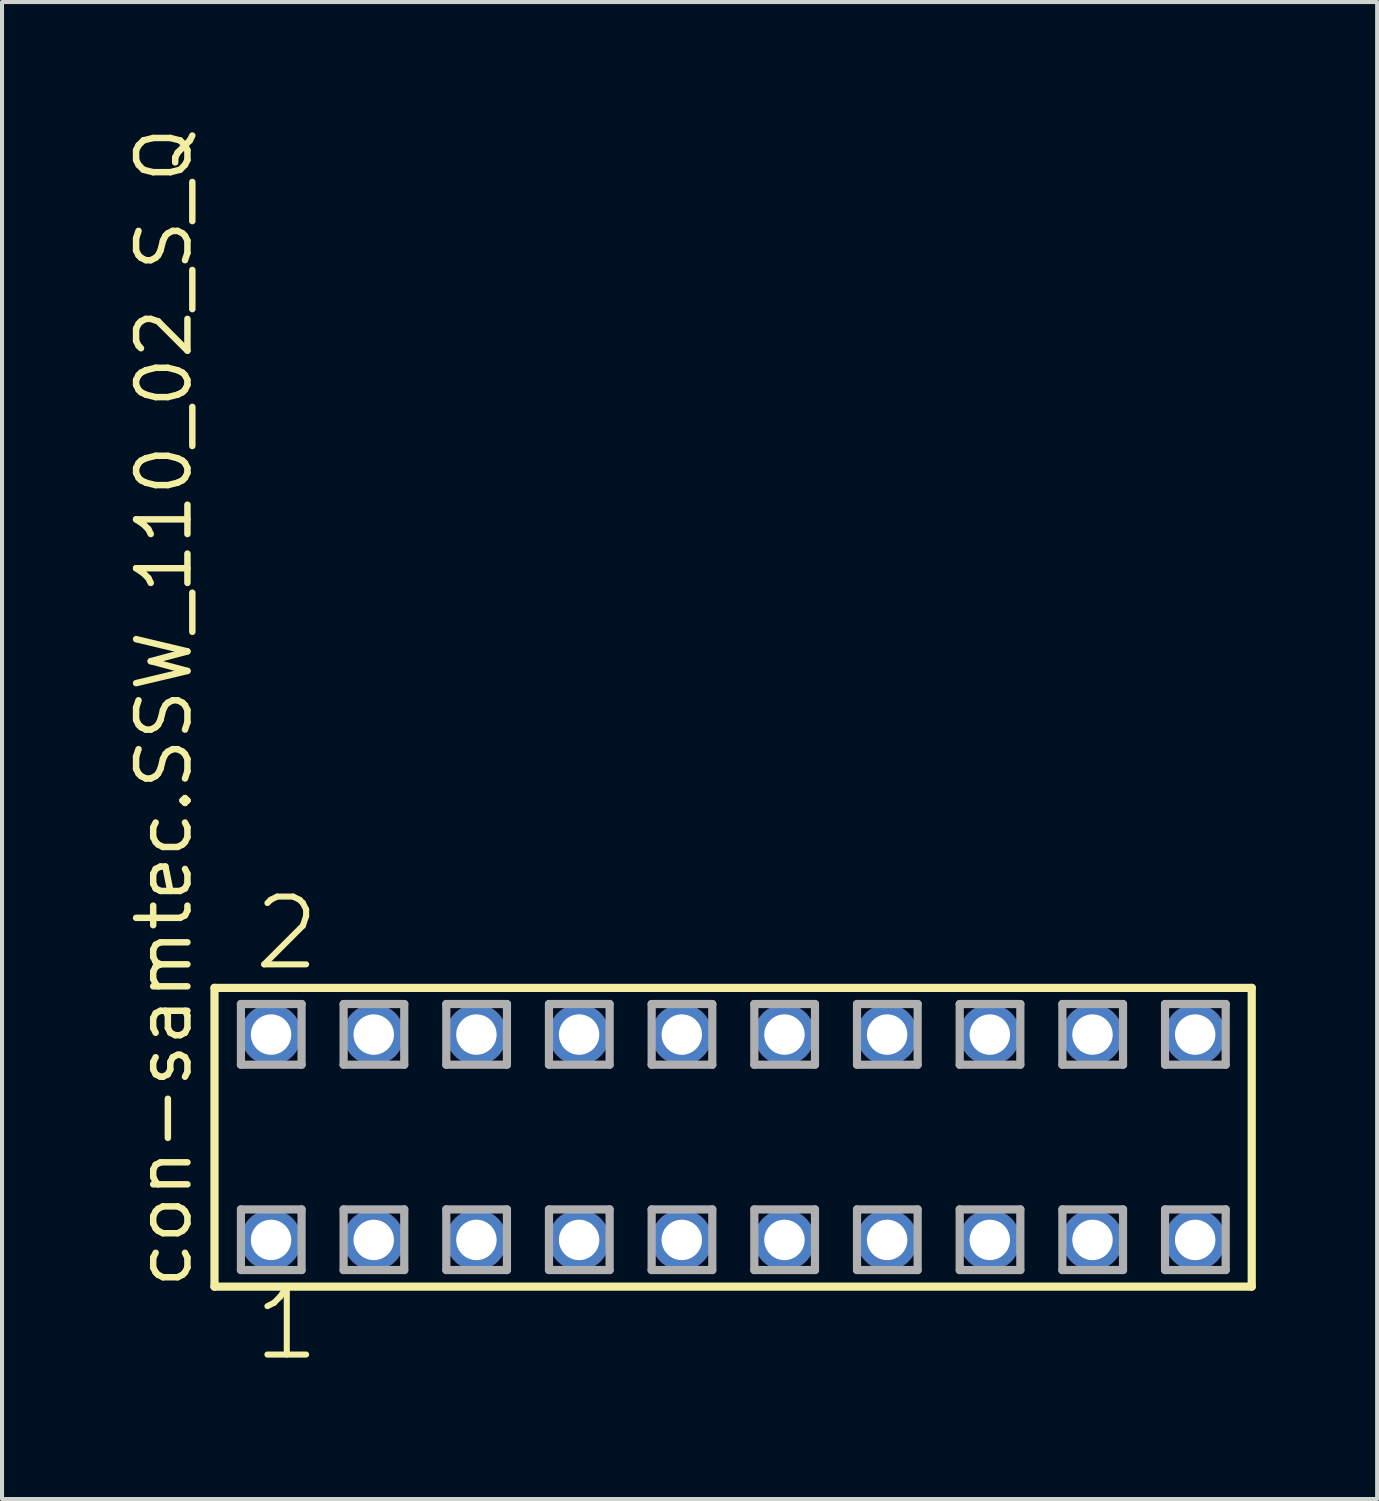
<source format=kicad_pcb>
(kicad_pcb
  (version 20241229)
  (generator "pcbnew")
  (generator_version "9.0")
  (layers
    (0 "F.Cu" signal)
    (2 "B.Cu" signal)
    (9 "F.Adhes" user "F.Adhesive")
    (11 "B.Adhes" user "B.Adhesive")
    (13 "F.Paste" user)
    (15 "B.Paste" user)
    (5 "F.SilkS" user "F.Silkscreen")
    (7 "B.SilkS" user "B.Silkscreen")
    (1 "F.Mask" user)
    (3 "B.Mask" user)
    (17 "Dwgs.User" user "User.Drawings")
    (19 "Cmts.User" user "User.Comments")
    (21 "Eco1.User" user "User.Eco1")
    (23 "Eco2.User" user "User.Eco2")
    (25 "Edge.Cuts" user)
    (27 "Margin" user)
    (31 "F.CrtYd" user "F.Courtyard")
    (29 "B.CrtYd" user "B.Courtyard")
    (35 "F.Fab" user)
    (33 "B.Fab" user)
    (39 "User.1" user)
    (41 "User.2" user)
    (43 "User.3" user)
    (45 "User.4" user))
  (footprint "con-samtec.SSW_110_02_S_Q"
    (layer "F.Cu")
    (at 15.085 25.082)
    (property "Reference" "con-samtec.SSW_110_02_S_Q" (at -13.335 3.81 90) (layer "F.SilkS") (effects (font (size 1.27 1.27) (thickness 0.16)) (justify left bottom)))
    (attr through_hole)
    (fp_line (start -12.829 -3.695) (end 12.829 -3.695) (stroke (width 0.203) (type default)) (layer "F.SilkS"))
    (fp_line (start -12.829 3.695) (end -12.829 -3.695) (stroke (width 0.203) (type default)) (layer "F.SilkS"))
    (fp_line (start 12.829 -3.695) (end 12.829 3.695) (stroke (width 0.203) (type default)) (layer "F.SilkS"))
    (fp_line (start 12.829 3.695) (end -12.829 3.695) (stroke (width 0.203) (type default)) (layer "F.SilkS"))
    (fp_line (start -12.175 -3.295) (end -10.675 -3.295) (stroke (width 0.203) (type default)) (layer "F.Fab"))
    (fp_line (start -12.175 -1.795) (end -12.175 -3.295) (stroke (width 0.203) (type default)) (layer "F.Fab"))
    (fp_line (start -12.175 1.785) (end -10.675 1.785) (stroke (width 0.203) (type default)) (layer "F.Fab"))
    (fp_line (start -12.175 3.285) (end -12.175 1.785) (stroke (width 0.203) (type default)) (layer "F.Fab"))
    (fp_line (start -10.675 -3.295) (end -10.675 -1.795) (stroke (width 0.203) (type default)) (layer "F.Fab"))
    (fp_line (start -10.675 -1.795) (end -12.175 -1.795) (stroke (width 0.203) (type default)) (layer "F.Fab"))
    (fp_line (start -10.675 1.785) (end -10.675 3.285) (stroke (width 0.203) (type default)) (layer "F.Fab"))
    (fp_line (start -10.675 3.285) (end -12.175 3.285) (stroke (width 0.203) (type default)) (layer "F.Fab"))
    (fp_line (start -9.635 -3.295) (end -8.135 -3.295) (stroke (width 0.203) (type default)) (layer "F.Fab"))
    (fp_line (start -9.635 -1.795) (end -9.635 -3.295) (stroke (width 0.203) (type default)) (layer "F.Fab"))
    (fp_line (start -9.635 1.785) (end -8.135 1.785) (stroke (width 0.203) (type default)) (layer "F.Fab"))
    (fp_line (start -9.635 3.285) (end -9.635 1.785) (stroke (width 0.203) (type default)) (layer "F.Fab"))
    (fp_line (start -8.135 -3.295) (end -8.135 -1.795) (stroke (width 0.203) (type default)) (layer "F.Fab"))
    (fp_line (start -8.135 -1.795) (end -9.635 -1.795) (stroke (width 0.203) (type default)) (layer "F.Fab"))
    (fp_line (start -8.135 1.785) (end -8.135 3.285) (stroke (width 0.203) (type default)) (layer "F.Fab"))
    (fp_line (start -8.135 3.285) (end -9.635 3.285) (stroke (width 0.203) (type default)) (layer "F.Fab"))
    (fp_line (start -7.095 -3.295) (end -5.595 -3.295) (stroke (width 0.203) (type default)) (layer "F.Fab"))
    (fp_line (start -7.095 -1.795) (end -7.095 -3.295) (stroke (width 0.203) (type default)) (layer "F.Fab"))
    (fp_line (start -7.095 1.785) (end -5.595 1.785) (stroke (width 0.203) (type default)) (layer "F.Fab"))
    (fp_line (start -7.095 3.285) (end -7.095 1.785) (stroke (width 0.203) (type default)) (layer "F.Fab"))
    (fp_line (start -5.595 -3.295) (end -5.595 -1.795) (stroke (width 0.203) (type default)) (layer "F.Fab"))
    (fp_line (start -5.595 -1.795) (end -7.095 -1.795) (stroke (width 0.203) (type default)) (layer "F.Fab"))
    (fp_line (start -5.595 1.785) (end -5.595 3.285) (stroke (width 0.203) (type default)) (layer "F.Fab"))
    (fp_line (start -5.595 3.285) (end -7.095 3.285) (stroke (width 0.203) (type default)) (layer "F.Fab"))
    (fp_line (start -4.555 -3.295) (end -3.055 -3.295) (stroke (width 0.203) (type default)) (layer "F.Fab"))
    (fp_line (start -4.555 -1.795) (end -4.555 -3.295) (stroke (width 0.203) (type default)) (layer "F.Fab"))
    (fp_line (start -4.555 1.785) (end -3.055 1.785) (stroke (width 0.203) (type default)) (layer "F.Fab"))
    (fp_line (start -4.555 3.285) (end -4.555 1.785) (stroke (width 0.203) (type default)) (layer "F.Fab"))
    (fp_line (start -3.055 -3.295) (end -3.055 -1.795) (stroke (width 0.203) (type default)) (layer "F.Fab"))
    (fp_line (start -3.055 -1.795) (end -4.555 -1.795) (stroke (width 0.203) (type default)) (layer "F.Fab"))
    (fp_line (start -3.055 1.785) (end -3.055 3.285) (stroke (width 0.203) (type default)) (layer "F.Fab"))
    (fp_line (start -3.055 3.285) (end -4.555 3.285) (stroke (width 0.203) (type default)) (layer "F.Fab"))
    (fp_line (start -2.015 -3.295) (end -0.515 -3.295) (stroke (width 0.203) (type default)) (layer "F.Fab"))
    (fp_line (start -2.015 -1.795) (end -2.015 -3.295) (stroke (width 0.203) (type default)) (layer "F.Fab"))
    (fp_line (start -2.015 1.785) (end -0.515 1.785) (stroke (width 0.203) (type default)) (layer "F.Fab"))
    (fp_line (start -2.015 3.285) (end -2.015 1.785) (stroke (width 0.203) (type default)) (layer "F.Fab"))
    (fp_line (start -0.515 -3.295) (end -0.515 -1.795) (stroke (width 0.203) (type default)) (layer "F.Fab"))
    (fp_line (start -0.515 -1.795) (end -2.015 -1.795) (stroke (width 0.203) (type default)) (layer "F.Fab"))
    (fp_line (start -0.515 1.785) (end -0.515 3.285) (stroke (width 0.203) (type default)) (layer "F.Fab"))
    (fp_line (start -0.515 3.285) (end -2.015 3.285) (stroke (width 0.203) (type default)) (layer "F.Fab"))
    (fp_line (start 0.525 -3.295) (end 2.025 -3.295) (stroke (width 0.203) (type default)) (layer "F.Fab"))
    (fp_line (start 0.525 -1.795) (end 0.525 -3.295) (stroke (width 0.203) (type default)) (layer "F.Fab"))
    (fp_line (start 0.525 1.785) (end 2.025 1.785) (stroke (width 0.203) (type default)) (layer "F.Fab"))
    (fp_line (start 0.525 3.285) (end 0.525 1.785) (stroke (width 0.203) (type default)) (layer "F.Fab"))
    (fp_line (start 2.025 -3.295) (end 2.025 -1.795) (stroke (width 0.203) (type default)) (layer "F.Fab"))
    (fp_line (start 2.025 -1.795) (end 0.525 -1.795) (stroke (width 0.203) (type default)) (layer "F.Fab"))
    (fp_line (start 2.025 1.785) (end 2.025 3.285) (stroke (width 0.203) (type default)) (layer "F.Fab"))
    (fp_line (start 2.025 3.285) (end 0.525 3.285) (stroke (width 0.203) (type default)) (layer "F.Fab"))
    (fp_line (start 3.065 -3.295) (end 4.565 -3.295) (stroke (width 0.203) (type default)) (layer "F.Fab"))
    (fp_line (start 3.065 -1.795) (end 3.065 -3.295) (stroke (width 0.203) (type default)) (layer "F.Fab"))
    (fp_line (start 3.065 1.785) (end 4.565 1.785) (stroke (width 0.203) (type default)) (layer "F.Fab"))
    (fp_line (start 3.065 3.285) (end 3.065 1.785) (stroke (width 0.203) (type default)) (layer "F.Fab"))
    (fp_line (start 4.565 -3.295) (end 4.565 -1.795) (stroke (width 0.203) (type default)) (layer "F.Fab"))
    (fp_line (start 4.565 -1.795) (end 3.065 -1.795) (stroke (width 0.203) (type default)) (layer "F.Fab"))
    (fp_line (start 4.565 1.785) (end 4.565 3.285) (stroke (width 0.203) (type default)) (layer "F.Fab"))
    (fp_line (start 4.565 3.285) (end 3.065 3.285) (stroke (width 0.203) (type default)) (layer "F.Fab"))
    (fp_line (start 5.605 -3.295) (end 7.105 -3.295) (stroke (width 0.203) (type default)) (layer "F.Fab"))
    (fp_line (start 5.605 -1.795) (end 5.605 -3.295) (stroke (width 0.203) (type default)) (layer "F.Fab"))
    (fp_line (start 5.605 1.785) (end 7.105 1.785) (stroke (width 0.203) (type default)) (layer "F.Fab"))
    (fp_line (start 5.605 3.285) (end 5.605 1.785) (stroke (width 0.203) (type default)) (layer "F.Fab"))
    (fp_line (start 7.105 -3.295) (end 7.105 -1.795) (stroke (width 0.203) (type default)) (layer "F.Fab"))
    (fp_line (start 7.105 -1.795) (end 5.605 -1.795) (stroke (width 0.203) (type default)) (layer "F.Fab"))
    (fp_line (start 7.105 1.785) (end 7.105 3.285) (stroke (width 0.203) (type default)) (layer "F.Fab"))
    (fp_line (start 7.105 3.285) (end 5.605 3.285) (stroke (width 0.203) (type default)) (layer "F.Fab"))
    (fp_line (start 8.145 -3.295) (end 9.645 -3.295) (stroke (width 0.203) (type default)) (layer "F.Fab"))
    (fp_line (start 8.145 -1.795) (end 8.145 -3.295) (stroke (width 0.203) (type default)) (layer "F.Fab"))
    (fp_line (start 8.145 1.785) (end 9.645 1.785) (stroke (width 0.203) (type default)) (layer "F.Fab"))
    (fp_line (start 8.145 3.285) (end 8.145 1.785) (stroke (width 0.203) (type default)) (layer "F.Fab"))
    (fp_line (start 9.645 -3.295) (end 9.645 -1.795) (stroke (width 0.203) (type default)) (layer "F.Fab"))
    (fp_line (start 9.645 -1.795) (end 8.145 -1.795) (stroke (width 0.203) (type default)) (layer "F.Fab"))
    (fp_line (start 9.645 1.785) (end 9.645 3.285) (stroke (width 0.203) (type default)) (layer "F.Fab"))
    (fp_line (start 9.645 3.285) (end 8.145 3.285) (stroke (width 0.203) (type default)) (layer "F.Fab"))
    (fp_line (start 10.685 -3.295) (end 12.185 -3.295) (stroke (width 0.203) (type default)) (layer "F.Fab"))
    (fp_line (start 10.685 -1.795) (end 10.685 -3.295) (stroke (width 0.203) (type default)) (layer "F.Fab"))
    (fp_line (start 10.685 1.785) (end 12.185 1.785) (stroke (width 0.203) (type default)) (layer "F.Fab"))
    (fp_line (start 10.685 3.285) (end 10.685 1.785) (stroke (width 0.203) (type default)) (layer "F.Fab"))
    (fp_line (start 12.185 -3.295) (end 12.185 -1.795) (stroke (width 0.203) (type default)) (layer "F.Fab"))
    (fp_line (start 12.185 -1.795) (end 10.685 -1.795) (stroke (width 0.203) (type default)) (layer "F.Fab"))
    (fp_line (start 12.185 1.785) (end 12.185 3.285) (stroke (width 0.203) (type default)) (layer "F.Fab"))
    (fp_line (start 12.185 3.285) (end 10.685 3.285) (stroke (width 0.203) (type default)) (layer "F.Fab"))
    (fp_text user "1" (at -11.938 5.588 0) (layer "F.SilkS") (effects (font (size 1.676 1.676) (thickness 0.15)) (justify left bottom)))
    (fp_text user "2" (at -11.938 -4.064 0) (layer "F.SilkS") (effects (font (size 1.676 1.676) (thickness 0.15)) (justify left bottom)))
    (pad "1" thru_hole circle (at -11.43 2.54) (size 1.5 1.5) (drill 1) (layers "*.Cu" "*.Mask"))
    (pad "2" thru_hole circle (at -11.43 -2.54) (size 1.5 1.5) (drill 1) (layers "*.Cu" "*.Mask"))
    (pad "3" thru_hole circle (at -8.89 2.54) (size 1.5 1.5) (drill 1) (layers "*.Cu" "*.Mask"))
    (pad "4" thru_hole circle (at -8.89 -2.54) (size 1.5 1.5) (drill 1) (layers "*.Cu" "*.Mask"))
    (pad "5" thru_hole circle (at -6.35 2.54) (size 1.5 1.5) (drill 1) (layers "*.Cu" "*.Mask"))
    (pad "6" thru_hole circle (at -6.35 -2.54) (size 1.5 1.5) (drill 1) (layers "*.Cu" "*.Mask"))
    (pad "7" thru_hole circle (at -3.81 2.54) (size 1.5 1.5) (drill 1) (layers "*.Cu" "*.Mask"))
    (pad "8" thru_hole circle (at -3.81 -2.54) (size 1.5 1.5) (drill 1) (layers "*.Cu" "*.Mask"))
    (pad "9" thru_hole circle (at -1.27 2.54) (size 1.5 1.5) (drill 1) (layers "*.Cu" "*.Mask"))
    (pad "10" thru_hole circle (at -1.27 -2.54) (size 1.5 1.5) (drill 1) (layers "*.Cu" "*.Mask"))
    (pad "11" thru_hole circle (at 1.27 2.54) (size 1.5 1.5) (drill 1) (layers "*.Cu" "*.Mask"))
    (pad "12" thru_hole circle (at 1.27 -2.54) (size 1.5 1.5) (drill 1) (layers "*.Cu" "*.Mask"))
    (pad "13" thru_hole circle (at 3.81 2.54) (size 1.5 1.5) (drill 1) (layers "*.Cu" "*.Mask"))
    (pad "14" thru_hole circle (at 3.81 -2.54) (size 1.5 1.5) (drill 1) (layers "*.Cu" "*.Mask"))
    (pad "15" thru_hole circle (at 6.35 2.54) (size 1.5 1.5) (drill 1) (layers "*.Cu" "*.Mask"))
    (pad "16" thru_hole circle (at 6.35 -2.54) (size 1.5 1.5) (drill 1) (layers "*.Cu" "*.Mask"))
    (pad "17" thru_hole circle (at 8.89 2.54) (size 1.5 1.5) (drill 1) (layers "*.Cu" "*.Mask"))
    (pad "18" thru_hole circle (at 8.89 -2.54) (size 1.5 1.5) (drill 1) (layers "*.Cu" "*.Mask"))
    (pad "19" thru_hole circle (at 11.43 2.54) (size 1.5 1.5) (drill 1) (layers "*.Cu" "*.Mask"))
    (pad "20" thru_hole circle (at 11.43 -2.54) (size 1.5 1.5) (drill 1) (layers "*.Cu" "*.Mask")))
  (gr_rect
    (start -3 -3)
    (end 31.016 34.031)
    (stroke (width 0.1) (type default))
    (fill no)
    (layer "Edge.Cuts")))
</source>
